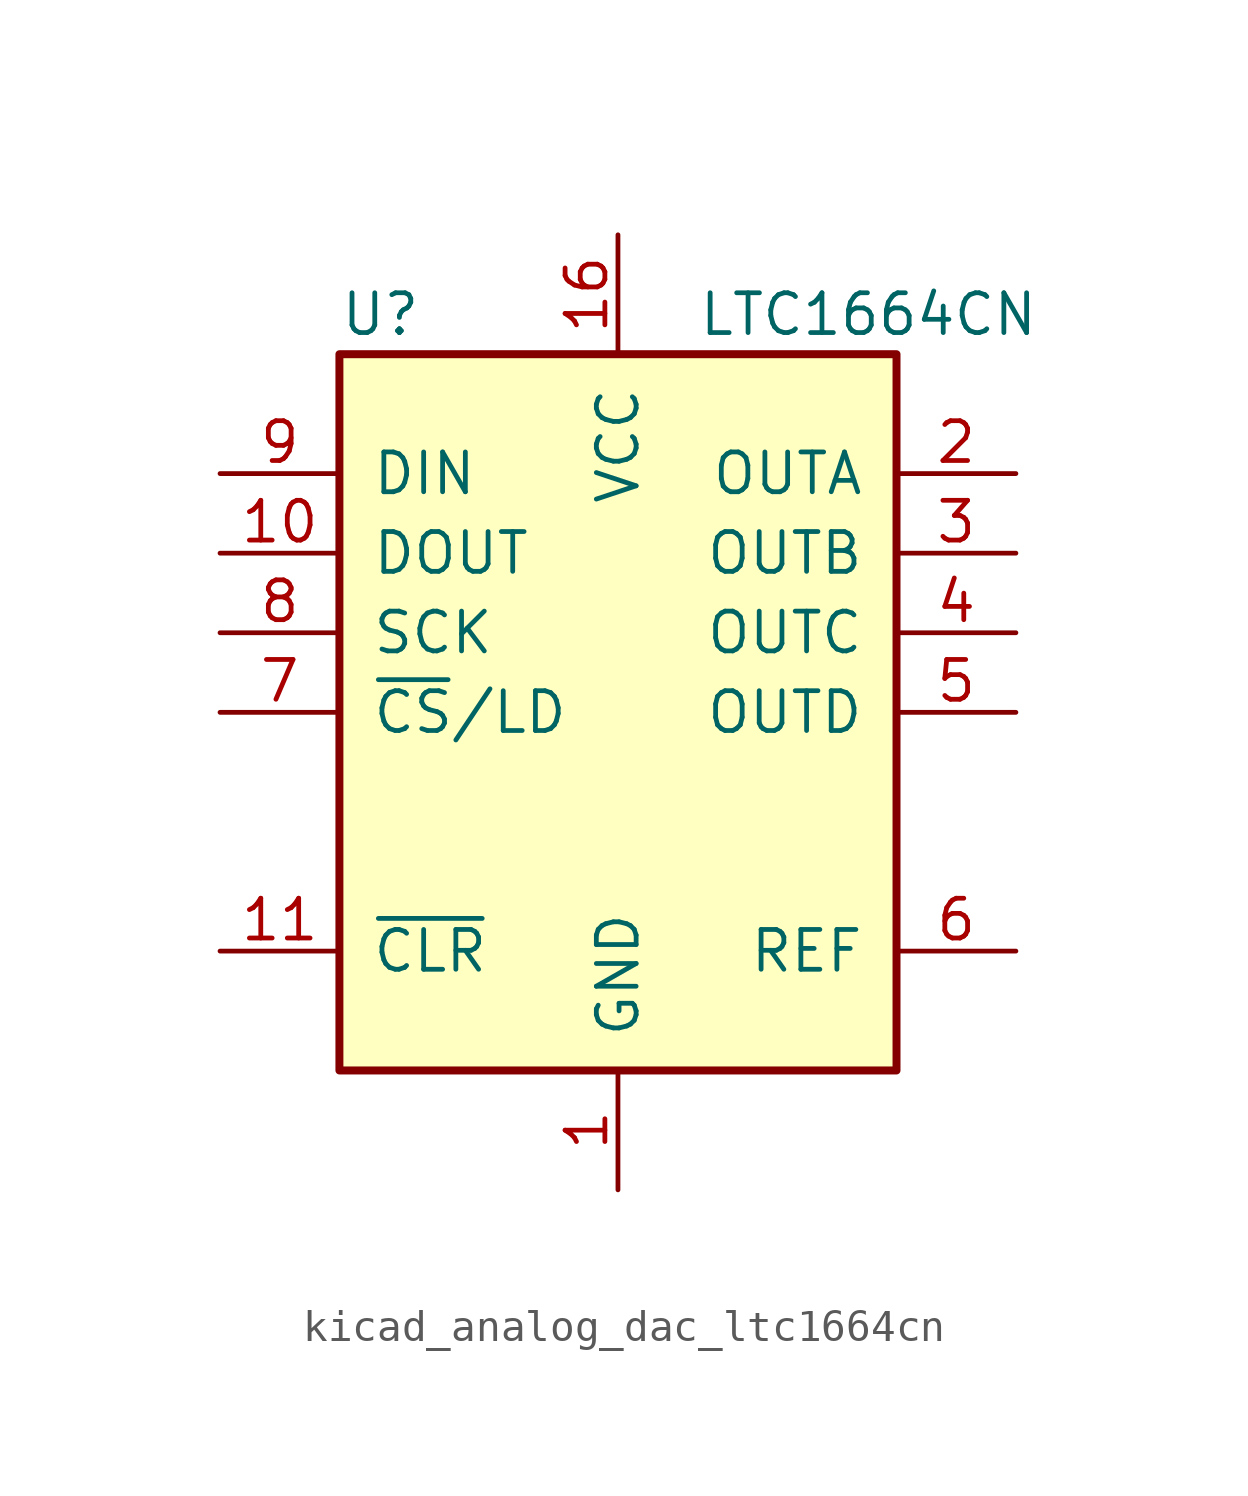
<source format=kicad_sym>
(kicad_symbol_lib
  (version 20220914)
  (generator kicad_symbol_editor)
  (symbol "kicad_analog_dac_ltc1664cn"
    (pin_names
      (offset 1.016))
    (property "Reference" "U"
      (at -8.89 12.7 0)
      (effects (font (size 1.27 1.27)) (justify left)))
    (property "Value" "LTC1664CN"
      (at 2.54 12.7 0)
      (effects (font (size 1.27 1.27)) (justify left)))
    (symbol "kicad_analog_dac_ltc1664cn_0_1"
      (rectangle (start -8.89 11.43) (end 8.89 -11.43) (stroke (width 0.254) (type default)) (fill (type background))))
    (symbol "kicad_analog_dac_ltc1664cn_1_1"
      (pin power_in line (at 0 -15.24 90) (length 3.81) (name "GND" (effects (font (size 1.27 1.27)))) (number "1" (effects (font (size 1.27 1.27)))))
      (pin output line (at -12.7 5.08 0) (length 3.81) (name "DOUT" (effects (font (size 1.27 1.27)))) (number "10" (effects (font (size 1.27 1.27)))))
      (pin input line (at -12.7 -7.62 0) (length 3.81) (name "~{CLR}" (effects (font (size 1.27 1.27)))) (number "11" (effects (font (size 1.27 1.27)))))
      (pin no_connect line (at -5.08 -11.43 90) (length 3.81) hide (name "NC" (effects (font (size 1.27 1.27)))) (number "12" (effects (font (size 1.27 1.27)))))
      (pin no_connect line (at -2.54 -11.43 90) (length 3.81) hide (name "NC" (effects (font (size 1.27 1.27)))) (number "13" (effects (font (size 1.27 1.27)))))
      (pin no_connect line (at 2.54 -11.43 90) (length 3.81) hide (name "NC" (effects (font (size 1.27 1.27)))) (number "14" (effects (font (size 1.27 1.27)))))
      (pin no_connect line (at 5.08 -11.43 90) (length 3.81) hide (name "NC" (effects (font (size 1.27 1.27)))) (number "15" (effects (font (size 1.27 1.27)))))
      (pin power_in line (at 0 15.24 270) (length 3.81) (name "VCC" (effects (font (size 1.27 1.27)))) (number "16" (effects (font (size 1.27 1.27)))))
      (pin output line (at 12.7 7.62 180) (length 3.81) (name "OUTA" (effects (font (size 1.27 1.27)))) (number "2" (effects (font (size 1.27 1.27)))))
      (pin output line (at 12.7 5.08 180) (length 3.81) (name "OUTB" (effects (font (size 1.27 1.27)))) (number "3" (effects (font (size 1.27 1.27)))))
      (pin output line (at 12.7 2.54 180) (length 3.81) (name "OUTC" (effects (font (size 1.27 1.27)))) (number "4" (effects (font (size 1.27 1.27)))))
      (pin output line (at 12.7 0 180) (length 3.81) (name "OUTD" (effects (font (size 1.27 1.27)))) (number "5" (effects (font (size 1.27 1.27)))))
      (pin input line (at 12.7 -7.62 180) (length 3.81) (name "REF" (effects (font (size 1.27 1.27)))) (number "6" (effects (font (size 1.27 1.27)))))
      (pin input line (at -12.7 0 0) (length 3.81) (name "~{CS}/LD" (effects (font (size 1.27 1.27)))) (number "7" (effects (font (size 1.27 1.27)))))
      (pin input line (at -12.7 2.54 0) (length 3.81) (name "SCK" (effects (font (size 1.27 1.27)))) (number "8" (effects (font (size 1.27 1.27)))))
      (pin input line (at -12.7 7.62 0) (length 3.81) (name "DIN" (effects (font (size 1.27 1.27)))) (number "9" (effects (font (size 1.27 1.27))))))))
</source>
